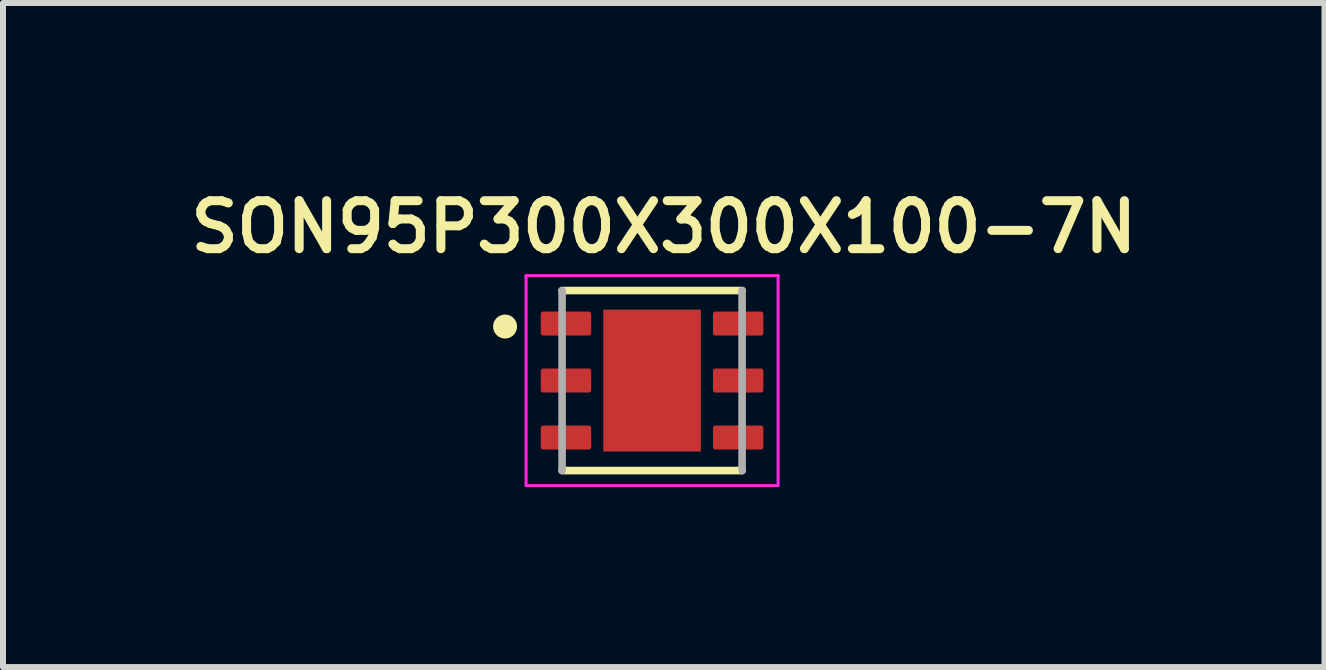
<source format=kicad_pcb>
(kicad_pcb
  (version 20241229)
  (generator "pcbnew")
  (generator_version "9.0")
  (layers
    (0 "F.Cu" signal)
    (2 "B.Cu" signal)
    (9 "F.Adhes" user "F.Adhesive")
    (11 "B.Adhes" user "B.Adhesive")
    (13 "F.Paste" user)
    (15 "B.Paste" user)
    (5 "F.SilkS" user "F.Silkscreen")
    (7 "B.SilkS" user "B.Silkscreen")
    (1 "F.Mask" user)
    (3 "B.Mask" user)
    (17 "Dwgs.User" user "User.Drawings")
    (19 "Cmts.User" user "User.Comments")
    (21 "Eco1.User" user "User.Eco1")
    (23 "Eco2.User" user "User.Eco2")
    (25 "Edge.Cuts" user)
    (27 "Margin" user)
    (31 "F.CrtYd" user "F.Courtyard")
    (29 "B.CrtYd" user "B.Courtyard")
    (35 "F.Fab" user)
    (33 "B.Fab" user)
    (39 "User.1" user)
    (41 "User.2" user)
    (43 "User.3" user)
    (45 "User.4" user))
  (footprint "SON95P300X300X100-7N"
    (layer "F.Cu")
    (at 7.817 3.292)
    (property "Reference" "SON95P300X300X100-7N" (at 0.195 -2.56 0) (layer "F.SilkS") (effects (font (size 0.8 0.8) (thickness 0.15))))
    (attr through_hole)
    (fp_line (start -1.5 -1.5) (end 1.5 -1.5) (stroke (width 0.127) (type solid)) (layer "F.SilkS"))
    (fp_line (start 1.5 1.5) (end -1.5 1.5) (stroke (width 0.127) (type solid)) (layer "F.SilkS"))
    (fp_circle (center -2.45 -0.9) (end -2.35 -0.9) (stroke (width 0.2) (type solid)) (fill no) (layer "F.SilkS"))
    (fp_poly (pts (xy -0.57 -0.83) (xy 0.57 -0.83) (xy 0.57 0.83) (xy -0.57 0.83)) (stroke (width 0.01) (type solid)) (fill yes) (layer "F.Paste"))
    (fp_line (start -2.1 -1.75) (end 2.1 -1.75) (stroke (width 0.05) (type solid)) (layer "F.CrtYd"))
    (fp_line (start -2.1 1.75) (end -2.1 -1.75) (stroke (width 0.05) (type solid)) (layer "F.CrtYd"))
    (fp_line (start 2.1 -1.75) (end 2.1 1.75) (stroke (width 0.05) (type solid)) (layer "F.CrtYd"))
    (fp_line (start 2.1 1.75) (end -2.1 1.75) (stroke (width 0.05) (type solid)) (layer "F.CrtYd"))
    (fp_line (start -1.5 1.5) (end -1.5 -1.5) (stroke (width 0.127) (type solid)) (layer "F.Fab"))
    (fp_line (start 1.5 -1.5) (end 1.5 1.5) (stroke (width 0.127) (type solid)) (layer "F.Fab"))
    (pad "1" smd roundrect (at -1.435 -0.95) (size 0.84 0.4) (layers "F.Cu" "F.Mask" "F.Paste") (roundrect_rratio 0.1))
    (pad "2" smd roundrect (at -1.435 0) (size 0.84 0.4) (layers "F.Cu" "F.Mask" "F.Paste") (roundrect_rratio 0.1))
    (pad "3" smd roundrect (at -1.435 0.95) (size 0.84 0.4) (layers "F.Cu" "F.Mask" "F.Paste") (roundrect_rratio 0.1))
    (pad "4" smd roundrect (at 1.435 0.95 180) (size 0.84 0.4) (layers "F.Cu" "F.Mask" "F.Paste") (roundrect_rratio 0.1))
    (pad "5" smd roundrect (at 1.435 0 180) (size 0.84 0.4) (layers "F.Cu" "F.Mask" "F.Paste") (roundrect_rratio 0.1))
    (pad "6" smd roundrect (at 1.435 -0.95 180) (size 0.84 0.4) (layers "F.Cu" "F.Mask" "F.Paste") (roundrect_rratio 0.1))
    (pad "7" smd rect (at 0 0 180) (size 1.625 2.365) (layers "F.Cu" "F.Mask")))
  (gr_rect
    (start -3 -3)
    (end 19.023 8.067)
    (stroke (width 0.1) (type default))
    (fill no)
    (layer "Edge.Cuts")))
</source>
